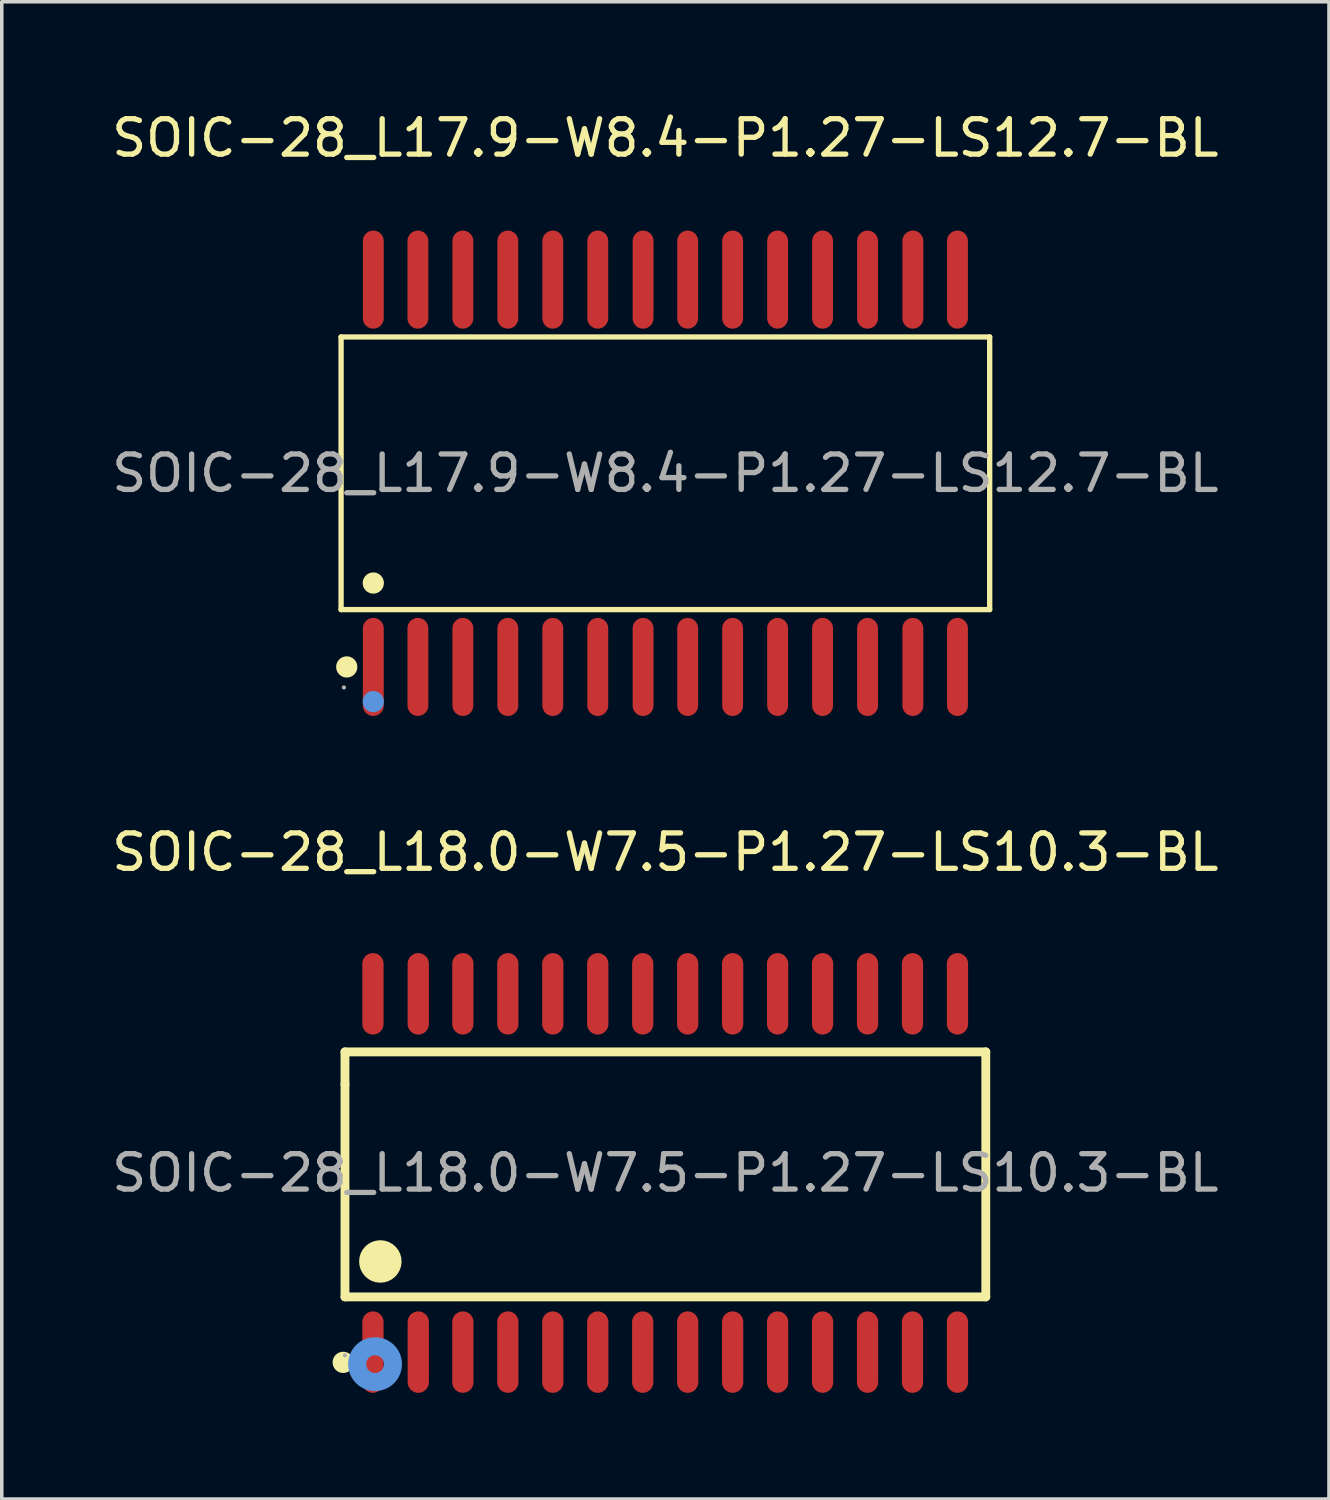
<source format=kicad_pcb>
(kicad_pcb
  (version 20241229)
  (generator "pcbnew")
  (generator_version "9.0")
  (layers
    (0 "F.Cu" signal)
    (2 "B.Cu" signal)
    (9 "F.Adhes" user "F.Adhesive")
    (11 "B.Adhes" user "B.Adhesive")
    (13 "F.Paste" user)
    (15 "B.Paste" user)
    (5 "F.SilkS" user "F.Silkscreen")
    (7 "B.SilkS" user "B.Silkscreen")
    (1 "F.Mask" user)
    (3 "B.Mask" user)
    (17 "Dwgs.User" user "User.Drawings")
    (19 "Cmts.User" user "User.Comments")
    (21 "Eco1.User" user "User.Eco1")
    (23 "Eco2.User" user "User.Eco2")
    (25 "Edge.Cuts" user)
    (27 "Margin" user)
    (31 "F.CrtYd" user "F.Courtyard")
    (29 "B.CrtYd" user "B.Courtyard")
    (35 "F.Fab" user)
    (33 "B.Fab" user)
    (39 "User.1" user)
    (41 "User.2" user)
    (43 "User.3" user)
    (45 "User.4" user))
  (footprint "SOIC-28_L18.0-W7.5-P1.27-LS10.3-BL"
    (layer "F.Cu")
    (at 15.744 30.081)
    (property "Reference" "SOIC-28_L18.0-W7.5-P1.27-LS10.3-BL" (at 0 -9.06 0) (layer "F.SilkS") (effects (font (size 1 1) (thickness 0.15))))
    (attr through_hole)
    (fp_line (start -9.05 -3.42) (end 9.05 -3.42) (stroke (width 0.25) (type solid)) (layer "F.SilkS"))
    (fp_line (start -9.05 -2.5) (end -9.05 -3.42) (stroke (width 0.25) (type solid)) (layer "F.SilkS"))
    (fp_line (start -9.05 3.5) (end -9.05 -2.5) (stroke (width 0.25) (type solid)) (layer "F.SilkS"))
    (fp_line (start 9.05 -3.42) (end 9.05 3.5) (stroke (width 0.25) (type solid)) (layer "F.SilkS"))
    (fp_line (start 9.05 3.5) (end -9.05 3.5) (stroke (width 0.25) (type solid)) (layer "F.SilkS"))
    (fp_arc (start -9.1 5.35) (mid -9.1 5.35) (end -9.1 5.35) (stroke (width 0.3) (type solid)) (layer "F.SilkS"))
    (fp_arc (start -8.04 2.2) (mid -8.054999 2.800125) (end -8.050004 2.199833) (stroke (width 0.6) (type solid)) (layer "F.SilkS"))
    (fp_circle (center -8.2 5.4) (end -7.95 5.4) (stroke (width 0.51) (type solid)) (fill no) (layer "Cmts.User"))
    (fp_circle (center -9.05 5.15) (end -9.02 5.15) (stroke (width 0.06) (type solid)) (fill no) (layer "F.Fab"))
    (fp_text user "${REFERENCE}" (at 0 0 0) (layer "F.Fab") (effects (font (size 1 1) (thickness 0.15))))
    (pad "1" smd oval (at -8.26 5.06 180) (size 0.6 2.3) (layers "F.Cu" "F.Mask" "F.Paste"))
    (pad "2" smd oval (at -6.98 5.06 180) (size 0.6 2.3) (layers "F.Cu" "F.Mask" "F.Paste"))
    (pad "3" smd oval (at -5.72 5.06 180) (size 0.6 2.3) (layers "F.Cu" "F.Mask" "F.Paste"))
    (pad "4" smd oval (at -4.45 5.06 180) (size 0.6 2.3) (layers "F.Cu" "F.Mask" "F.Paste"))
    (pad "5" smd oval (at -3.18 5.06 180) (size 0.6 2.3) (layers "F.Cu" "F.Mask" "F.Paste"))
    (pad "6" smd oval (at -1.91 5.06 180) (size 0.6 2.3) (layers "F.Cu" "F.Mask" "F.Paste"))
    (pad "7" smd oval (at -0.64 5.06 180) (size 0.6 2.3) (layers "F.Cu" "F.Mask" "F.Paste"))
    (pad "8" smd oval (at 0.63 5.06 180) (size 0.6 2.3) (layers "F.Cu" "F.Mask" "F.Paste"))
    (pad "9" smd oval (at 1.9 5.06 180) (size 0.6 2.3) (layers "F.Cu" "F.Mask" "F.Paste"))
    (pad "10" smd oval (at 3.17 5.06 180) (size 0.6 2.3) (layers "F.Cu" "F.Mask" "F.Paste"))
    (pad "11" smd oval (at 4.44 5.06 180) (size 0.6 2.3) (layers "F.Cu" "F.Mask" "F.Paste"))
    (pad "12" smd oval (at 5.71 5.06 180) (size 0.6 2.3) (layers "F.Cu" "F.Mask" "F.Paste"))
    (pad "13" smd oval (at 6.98 5.06 180) (size 0.6 2.3) (layers "F.Cu" "F.Mask" "F.Paste"))
    (pad "14" smd oval (at 8.25 5.06 180) (size 0.6 2.3) (layers "F.Cu" "F.Mask" "F.Paste"))
    (pad "15" smd oval (at 8.25 -5.06 180) (size 0.6 2.3) (layers "F.Cu" "F.Mask" "F.Paste"))
    (pad "16" smd oval (at 6.98 -5.06 180) (size 0.6 2.3) (layers "F.Cu" "F.Mask" "F.Paste"))
    (pad "17" smd oval (at 5.71 -5.06 180) (size 0.6 2.3) (layers "F.Cu" "F.Mask" "F.Paste"))
    (pad "18" smd oval (at 4.44 -5.06 180) (size 0.6 2.3) (layers "F.Cu" "F.Mask" "F.Paste"))
    (pad "19" smd oval (at 3.17 -5.06 180) (size 0.6 2.3) (layers "F.Cu" "F.Mask" "F.Paste"))
    (pad "20" smd oval (at 1.9 -5.06 180) (size 0.6 2.3) (layers "F.Cu" "F.Mask" "F.Paste"))
    (pad "21" smd oval (at 0.63 -5.06 180) (size 0.6 2.3) (layers "F.Cu" "F.Mask" "F.Paste"))
    (pad "22" smd oval (at -0.64 -5.06 180) (size 0.6 2.3) (layers "F.Cu" "F.Mask" "F.Paste"))
    (pad "23" smd oval (at -1.91 -5.06 180) (size 0.6 2.3) (layers "F.Cu" "F.Mask" "F.Paste"))
    (pad "24" smd oval (at -3.18 -5.06 180) (size 0.6 2.3) (layers "F.Cu" "F.Mask" "F.Paste"))
    (pad "25" smd oval (at -4.45 -5.06 180) (size 0.6 2.3) (layers "F.Cu" "F.Mask" "F.Paste"))
    (pad "26" smd oval (at -5.72 -5.06 180) (size 0.6 2.3) (layers "F.Cu" "F.Mask" "F.Paste"))
    (pad "27" smd oval (at -6.98 -5.06 180) (size 0.6 2.3) (layers "F.Cu" "F.Mask" "F.Paste"))
    (pad "28" smd oval (at -8.26 -5.06 180) (size 0.6 2.3) (layers "F.Cu" "F.Mask" "F.Paste")))
  (footprint "SOIC-28_L17.9-W8.4-P1.27-LS12.7-BL"
    (layer "F.Cu")
    (at 15.744 10.318)
    (property "Reference" "SOIC-28_L17.9-W8.4-P1.27-LS12.7-BL" (at 0 -9.47 0) (layer "F.SilkS") (effects (font (size 1 1) (thickness 0.15))))
    (attr through_hole)
    (fp_line (start -9.16 -3.85) (end 9.16 -3.85) (stroke (width 0.15) (type solid)) (layer "F.SilkS"))
    (fp_line (start -9.16 3.85) (end -9.16 -3.85) (stroke (width 0.15) (type solid)) (layer "F.SilkS"))
    (fp_line (start 9.16 -3.85) (end 9.16 3.85) (stroke (width 0.15) (type solid)) (layer "F.SilkS"))
    (fp_line (start 9.16 3.85) (end -9.16 3.85) (stroke (width 0.15) (type solid)) (layer "F.SilkS"))
    (fp_circle (center -9 5.47) (end -8.85 5.47) (stroke (width 0.3) (type solid)) (fill no) (layer "F.SilkS"))
    (fp_circle (center -8.25 3.1) (end -8.1 3.1) (stroke (width 0.3) (type solid)) (fill no) (layer "F.SilkS"))
    (fp_circle (center -8.25 6.45) (end -8.1 6.45) (stroke (width 0.3) (type solid)) (fill no) (layer "Cmts.User"))
    (fp_circle (center -9.08 6.05) (end -9.05 6.05) (stroke (width 0.06) (type solid)) (fill no) (layer "F.Fab"))
    (fp_text user "${REFERENCE}" (at 0 0 0) (layer "F.Fab") (effects (font (size 1 1) (thickness 0.15))))
    (pad "1" smd oval (at -8.25 5.47) (size 0.59 2.77) (layers "F.Cu" "F.Mask" "F.Paste"))
    (pad "2" smd oval (at -6.99 5.47) (size 0.59 2.77) (layers "F.Cu" "F.Mask" "F.Paste"))
    (pad "3" smd oval (at -5.72 5.47) (size 0.59 2.77) (layers "F.Cu" "F.Mask" "F.Paste"))
    (pad "4" smd oval (at -4.45 5.47) (size 0.59 2.77) (layers "F.Cu" "F.Mask" "F.Paste"))
    (pad "5" smd oval (at -3.18 5.47) (size 0.59 2.77) (layers "F.Cu" "F.Mask" "F.Paste"))
    (pad "6" smd oval (at -1.91 5.47) (size 0.59 2.77) (layers "F.Cu" "F.Mask" "F.Paste"))
    (pad "7" smd oval (at -0.63 5.47) (size 0.59 2.77) (layers "F.Cu" "F.Mask" "F.Paste"))
    (pad "8" smd oval (at 0.63 5.47) (size 0.59 2.77) (layers "F.Cu" "F.Mask" "F.Paste"))
    (pad "9" smd oval (at 1.9 5.47) (size 0.59 2.77) (layers "F.Cu" "F.Mask" "F.Paste"))
    (pad "10" smd oval (at 3.17 5.47) (size 0.59 2.77) (layers "F.Cu" "F.Mask" "F.Paste"))
    (pad "11" smd oval (at 4.44 5.47) (size 0.59 2.77) (layers "F.Cu" "F.Mask" "F.Paste"))
    (pad "12" smd oval (at 5.71 5.47) (size 0.59 2.77) (layers "F.Cu" "F.Mask" "F.Paste"))
    (pad "13" smd oval (at 6.99 5.47) (size 0.59 2.77) (layers "F.Cu" "F.Mask" "F.Paste"))
    (pad "14" smd oval (at 8.25 5.47) (size 0.59 2.77) (layers "F.Cu" "F.Mask" "F.Paste"))
    (pad "15" smd oval (at 8.25 -5.47) (size 0.59 2.77) (layers "F.Cu" "F.Mask" "F.Paste"))
    (pad "16" smd oval (at 6.99 -5.47) (size 0.59 2.77) (layers "F.Cu" "F.Mask" "F.Paste"))
    (pad "17" smd oval (at 5.71 -5.47) (size 0.59 2.77) (layers "F.Cu" "F.Mask" "F.Paste"))
    (pad "18" smd oval (at 4.44 -5.47) (size 0.59 2.77) (layers "F.Cu" "F.Mask" "F.Paste"))
    (pad "19" smd oval (at 3.17 -5.47) (size 0.59 2.77) (layers "F.Cu" "F.Mask" "F.Paste"))
    (pad "20" smd oval (at 1.9 -5.47) (size 0.59 2.77) (layers "F.Cu" "F.Mask" "F.Paste"))
    (pad "21" smd oval (at 0.63 -5.47) (size 0.59 2.77) (layers "F.Cu" "F.Mask" "F.Paste"))
    (pad "22" smd oval (at -0.63 -5.47) (size 0.59 2.77) (layers "F.Cu" "F.Mask" "F.Paste"))
    (pad "23" smd oval (at -1.91 -5.47) (size 0.59 2.77) (layers "F.Cu" "F.Mask" "F.Paste"))
    (pad "24" smd oval (at -3.18 -5.47) (size 0.59 2.77) (layers "F.Cu" "F.Mask" "F.Paste"))
    (pad "25" smd oval (at -4.45 -5.47) (size 0.59 2.77) (layers "F.Cu" "F.Mask" "F.Paste"))
    (pad "26" smd oval (at -5.72 -5.47) (size 0.59 2.77) (layers "F.Cu" "F.Mask" "F.Paste"))
    (pad "27" smd oval (at -6.99 -5.47) (size 0.59 2.77) (layers "F.Cu" "F.Mask" "F.Paste"))
    (pad "28" smd oval (at -8.25 -5.47) (size 0.59 2.77) (layers "F.Cu" "F.Mask" "F.Paste")))
  (gr_rect
    (start -3 -3)
    (end 34.488 39.291)
    (stroke (width 0.1) (type default))
    (fill no)
    (layer "Edge.Cuts")))
</source>
